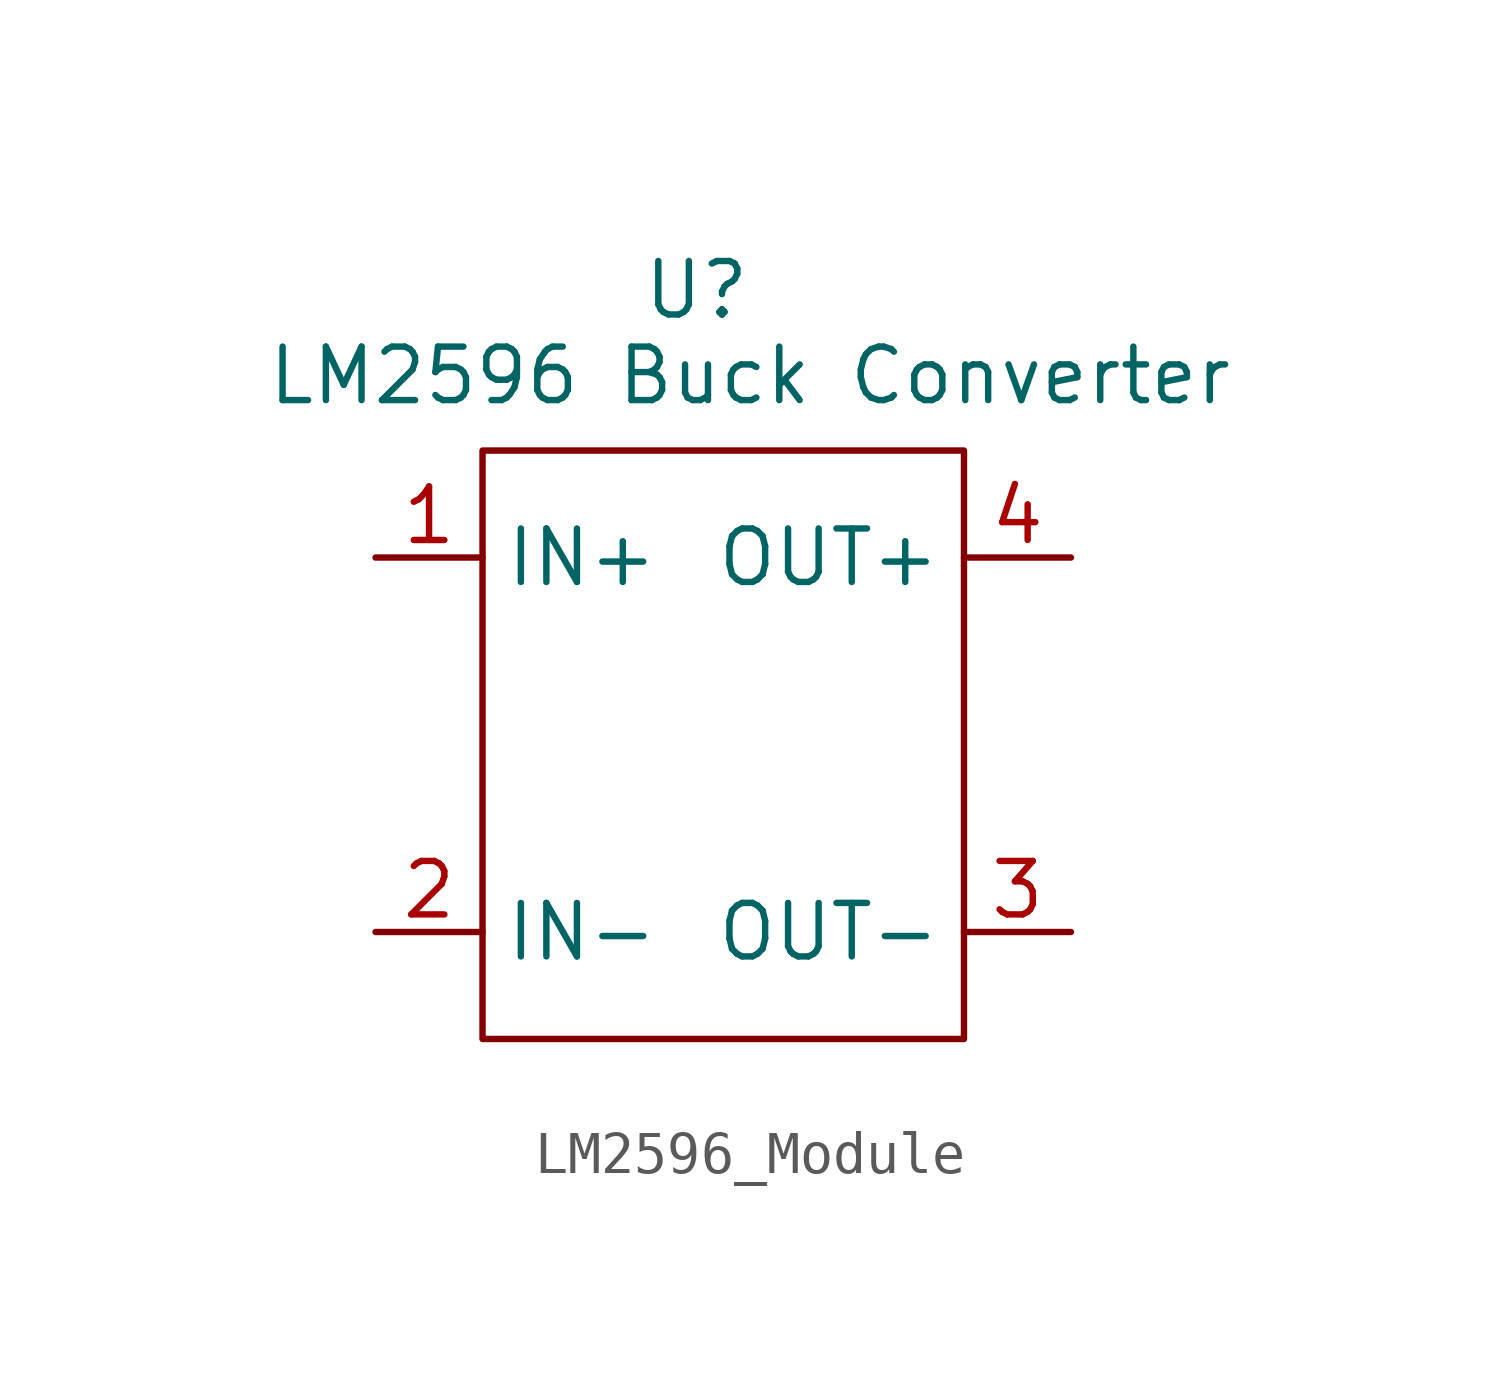
<source format=kicad_sym>
(kicad_symbol_lib
  (version 20241209)
  (generator "kicad_symbol_editor")
  (generator_version "9.0")
  (symbol "LM2596_Module"
    (property "Reference" "U"
      (at 5.08 3.81 0)
      (effects (font (size 1.27 1.27))))
    (property "Value" "LM2596 Buck Converter"
      (at 6.35 1.778 0)
      (effects (font (size 1.27 1.27))))
    (symbol "LM2596_Module_0_1"
      (rectangle (start 0 0) (end 11.43 -13.97) (stroke (width 0) (type default)) (fill (type none))))
    (symbol "LM2596_Module_1_1"
      (pin passive line (at -2.54 -2.54 0) (length 2.54) (name "IN+" (effects (font (size 1.27 1.27)))) (number "1" (effects (font (size 1.27 1.27)))))
      (pin passive line (at -2.54 -11.43 0) (length 2.54) (name "IN-" (effects (font (size 1.27 1.27)))) (number "2" (effects (font (size 1.27 1.27)))))
      (pin passive line (at 13.97 -2.54 180) (length 2.54) (name "OUT+" (effects (font (size 1.27 1.27)))) (number "4" (effects (font (size 1.27 1.27)))))
      (pin passive line (at 13.97 -11.43 180) (length 2.54) (name "OUT-" (effects (font (size 1.27 1.27)))) (number "3" (effects (font (size 1.27 1.27))))))))
</source>
